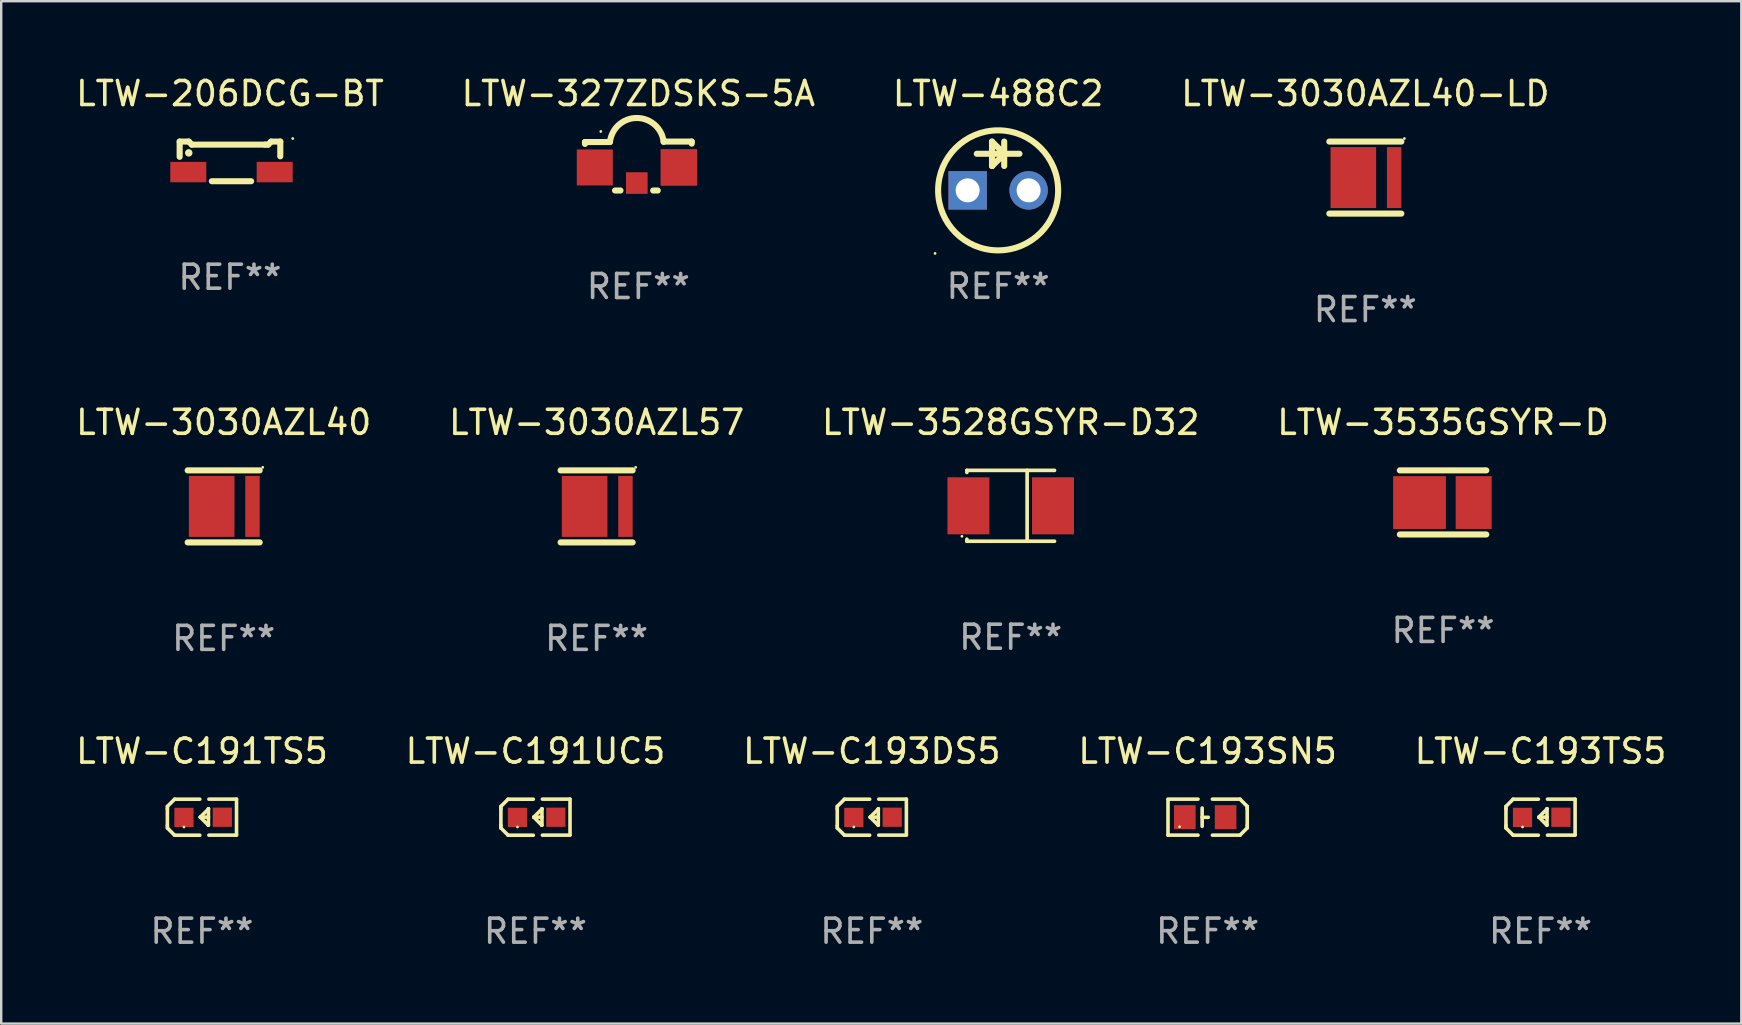
<source format=kicad_pcb>
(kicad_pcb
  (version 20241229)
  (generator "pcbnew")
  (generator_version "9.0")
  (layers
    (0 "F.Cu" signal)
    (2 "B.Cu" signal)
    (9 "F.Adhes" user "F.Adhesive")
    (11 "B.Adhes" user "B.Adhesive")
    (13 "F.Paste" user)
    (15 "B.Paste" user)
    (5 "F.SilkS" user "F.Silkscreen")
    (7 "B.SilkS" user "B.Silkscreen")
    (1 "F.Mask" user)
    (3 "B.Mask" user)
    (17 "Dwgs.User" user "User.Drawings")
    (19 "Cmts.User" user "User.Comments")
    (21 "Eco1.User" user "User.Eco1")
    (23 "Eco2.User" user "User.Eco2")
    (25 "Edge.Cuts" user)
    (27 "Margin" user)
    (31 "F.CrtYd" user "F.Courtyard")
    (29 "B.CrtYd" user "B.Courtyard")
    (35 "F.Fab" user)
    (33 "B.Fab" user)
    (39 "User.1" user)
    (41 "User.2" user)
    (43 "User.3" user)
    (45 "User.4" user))
  (footprint "LTW-3030AZL57"
    (layer "F.Cu")
    (at 21.804 18.045)
    (property "Reference" "LTW-3030AZL57" (at 0 -3.5 0) (layer "F.SilkS") (effects (font (size 1 1) (thickness 0.15))))
    (attr through_hole)
    (fp_line (start -1.5 -1.5) (end 1.5 -1.5) (stroke (width 0.254) (type solid)) (layer "F.SilkS"))
    (fp_line (start -1.5 1.5) (end 1.5 1.5) (stroke (width 0.254) (type solid)) (layer "F.SilkS"))
    (fp_circle (center 1.627 -1.627) (end 1.657 -1.627) (stroke (width 0.06) (type solid)) (fill no) (layer "F.SilkS"))
    (fp_text user "REF**" (at 0 5.5 0) (layer "F.Fab") (effects (font (size 1 1) (thickness 0.15))))
    (pad "1" smd rect (at 1.2 0) (size 0.6 2.54) (layers "F.Cu" "F.Mask" "F.Paste"))
    (pad "2" smd rect (at -0.5 0) (size 1.9 2.54) (layers "F.Cu" "F.Mask" "F.Paste")))
  (footprint "LTW-327ZDSKS-5A"
    (layer "F.Cu")
    (at 23.542 3.867)
    (property "Reference" "LTW-327ZDSKS-5A" (at 0 -3.019 0) (layer "F.SilkS") (effects (font (size 1 1) (thickness 0.15))))
    (attr through_hole)
    (fp_line (start -2.223 -1) (end -2.223 -0.922) (stroke (width 0.254) (type solid)) (layer "F.SilkS"))
    (fp_line (start -1.183 -1) (end -2.223 -1) (stroke (width 0.254) (type solid)) (layer "F.SilkS"))
    (fp_line (start -0.971 1.019) (end -0.745 1.019) (stroke (width 0.254) (type solid)) (layer "F.SilkS"))
    (fp_line (start 0.618 1.019) (end 0.808 1.019) (stroke (width 0.254) (type solid)) (layer "F.SilkS"))
    (fp_line (start 1.051 -1.019) (end 2.223 -1.019) (stroke (width 0.254) (type solid)) (layer "F.SilkS"))
    (fp_line (start 2.223 -1.019) (end 2.223 -0.934) (stroke (width 0.254) (type solid)) (layer "F.SilkS"))
    (fp_arc (start -1.181661 -1.006565) (mid -0.0635 -2.002418) (end 1.054661 -1.006566) (stroke (width 0.254001) (type solid)) (layer "F.SilkS"))
    (fp_circle (center -1.563 -1.441) (end -1.533 -1.441) (stroke (width 0.06) (type solid)) (fill no) (layer "F.SilkS"))
    (fp_text user "REF**" (at 0 5.019 0) (layer "F.Fab") (effects (font (size 1 1) (thickness 0.15))))
    (pad "1" smd rect (at -1.814 0.059 90) (size 1.5 1.5) (layers "F.Cu" "F.Mask" "F.Paste"))
    (pad "2" smd rect (at -0.064 0.709 90) (size 0.9 0.9) (layers "F.Cu" "F.Mask" "F.Paste"))
    (pad "3" smd rect (at 1.687 0.059 90) (size 1.524 1.524) (layers "F.Cu" "F.Mask" "F.Paste")))
  (footprint "LTW-3030AZL40"
    (layer "F.Cu")
    (at 6.268 18.045)
    (property "Reference" "LTW-3030AZL40" (at 0 -3.5 0) (layer "F.SilkS") (effects (font (size 1 1) (thickness 0.15))))
    (attr through_hole)
    (fp_line (start -1.5 -1.5) (end 1.5 -1.5) (stroke (width 0.254) (type solid)) (layer "F.SilkS"))
    (fp_line (start -1.5 1.5) (end 1.5 1.5) (stroke (width 0.254) (type solid)) (layer "F.SilkS"))
    (fp_circle (center 1.627 -1.627) (end 1.657 -1.627) (stroke (width 0.06) (type solid)) (fill no) (layer "F.SilkS"))
    (fp_text user "REF**" (at 0 5.5 0) (layer "F.Fab") (effects (font (size 1 1) (thickness 0.15))))
    (pad "1" smd rect (at 1.2 0) (size 0.6 2.54) (layers "F.Cu" "F.Mask" "F.Paste"))
    (pad "2" smd rect (at -0.5 0) (size 1.9 2.54) (layers "F.Cu" "F.Mask" "F.Paste")))
  (footprint "LTW-488C2"
    (layer "F.Cu")
    (at 38.53 3.864)
    (property "Reference" "LTW-488C2" (at 0 -3.016 0) (layer "F.SilkS") (effects (font (size 1 1) (thickness 0.15))))
    (attr through_hole)
    (fp_line (start -0.889 -0.508) (end 0.888 -0.508) (stroke (width 0.254) (type solid)) (layer "F.SilkS"))
    (fp_line (start -0.255 -1.016) (end -0.255 0) (stroke (width 0.254) (type solid)) (layer "F.SilkS"))
    (fp_line (start -0.255 0) (end -0.248 0) (stroke (width 0.254) (type solid)) (layer "F.SilkS"))
    (fp_line (start -0.248 0) (end 0.26 -0.508) (stroke (width 0.254) (type solid)) (layer "F.SilkS"))
    (fp_line (start 0.246 -0.515) (end -0.255 -1.016) (stroke (width 0.254) (type solid)) (layer "F.SilkS"))
    (fp_line (start 0.246 -0.508) (end 0.246 -0.515) (stroke (width 0.254) (type solid)) (layer "F.SilkS"))
    (fp_line (start 0.253 -1.016) (end 0.253 0) (stroke (width 0.254) (type solid)) (layer "F.SilkS"))
    (fp_circle (center -2.627 3.643) (end -2.597 3.643) (stroke (width 0.06) (type solid)) (fill no) (layer "F.SilkS"))
    (fp_circle (center 0 1.016) (end 2.5 1.016) (stroke (width 0.254) (type solid)) (fill no) (layer "F.SilkS"))
    (fp_text user "REF**" (at 0 5.016 0) (layer "F.Fab") (effects (font (size 1 1) (thickness 0.15))))
    (pad "1" thru_hole rect (at -1.27 1.016) (size 1.6 1.6) (drill 1) (layers "*.Cu" "*.Mask"))
    (pad "2" thru_hole circle (at 1.27 1.016) (size 1.6 1.6) (drill 1) (layers "*.Cu" "*.Mask")))
  (footprint "LTW-C191TS5"
    (layer "F.Cu")
    (at 5.363 30.992)
    (property "Reference" "LTW-C191TS5" (at 0 -2.751 0) (layer "F.SilkS") (effects (font (size 1 1) (thickness 0.15))))
    (attr through_hole)
    (fp_line (start -1.44 -0.449) (end -1.14 -0.749) (stroke (width 0.15) (type solid)) (layer "F.SilkS"))
    (fp_line (start -1.44 -0.349) (end -1.44 -0.449) (stroke (width 0.15) (type solid)) (layer "F.SilkS"))
    (fp_line (start -1.44 -0.349) (end -1.44 0.351) (stroke (width 0.15) (type solid)) (layer "F.SilkS"))
    (fp_line (start -1.44 0.351) (end -1.44 0.451) (stroke (width 0.15) (type solid)) (layer "F.SilkS"))
    (fp_line (start -1.44 0.451) (end -1.14 0.751) (stroke (width 0.15) (type solid)) (layer "F.SilkS"))
    (fp_line (start -0.09 -0.749) (end -1.14 -0.749) (stroke (width 0.15) (type solid)) (layer "F.SilkS"))
    (fp_line (start -0.09 0.751) (end -1.14 0.751) (stroke (width 0.15) (type solid)) (layer "F.SilkS"))
    (fp_line (start 0.26 0.329) (end -0.07 -0.001) (stroke (width 0.15) (type solid)) (layer "F.SilkS"))
    (fp_line (start 0.27 -0.351) (end 0.27 -0.341) (stroke (width 0.15) (type solid)) (layer "F.SilkS"))
    (fp_line (start 0.27 -0.351) (end 0.27 0.329) (stroke (width 0.15) (type solid)) (layer "F.SilkS"))
    (fp_line (start 0.27 -0.341) (end -0.07 -0.001) (stroke (width 0.15) (type solid)) (layer "F.SilkS"))
    (fp_line (start 0.27 -0.001) (end -0.07 -0.001) (stroke (width 0.15) (type solid)) (layer "F.SilkS"))
    (fp_line (start 0.27 0.329) (end 0.26 0.329) (stroke (width 0.15) (type solid)) (layer "F.SilkS"))
    (fp_line (start 0.29 -0.751) (end 1.44 -0.751) (stroke (width 0.15) (type solid)) (layer "F.SilkS"))
    (fp_line (start 0.29 0.749) (end 1.44 0.749) (stroke (width 0.15) (type solid)) (layer "F.SilkS"))
    (fp_line (start 1.44 -0.751) (end 1.44 0.729) (stroke (width 0.15) (type solid)) (layer "F.SilkS"))
    (fp_circle (center -0.75 0.409) (end -0.72 0.409) (stroke (width 0.06) (type solid)) (fill no) (layer "F.SilkS"))
    (fp_text user "REF**" (at 0 4.751 0) (layer "F.Fab") (effects (font (size 1 1) (thickness 0.15))))
    (pad "1" smd rect (at -0.75 0.009 90) (size 0.8 0.8) (layers "F.Cu" "F.Mask" "F.Paste"))
    (pad "2" smd rect (at 0.849 0.002 90) (size 0.8 0.8) (layers "F.Cu" "F.Mask" "F.Paste")))
  (footprint "LTW-C191UC5"
    (layer "F.Cu")
    (at 19.256 30.992)
    (property "Reference" "LTW-C191UC5" (at 0 -2.751 0) (layer "F.SilkS") (effects (font (size 1 1) (thickness 0.15))))
    (attr through_hole)
    (fp_line (start -1.44 -0.449) (end -1.14 -0.749) (stroke (width 0.15) (type solid)) (layer "F.SilkS"))
    (fp_line (start -1.44 -0.349) (end -1.44 -0.449) (stroke (width 0.15) (type solid)) (layer "F.SilkS"))
    (fp_line (start -1.44 -0.349) (end -1.44 0.351) (stroke (width 0.15) (type solid)) (layer "F.SilkS"))
    (fp_line (start -1.44 0.351) (end -1.44 0.451) (stroke (width 0.15) (type solid)) (layer "F.SilkS"))
    (fp_line (start -1.44 0.451) (end -1.14 0.751) (stroke (width 0.15) (type solid)) (layer "F.SilkS"))
    (fp_line (start -0.09 -0.749) (end -1.14 -0.749) (stroke (width 0.15) (type solid)) (layer "F.SilkS"))
    (fp_line (start -0.09 0.751) (end -1.14 0.751) (stroke (width 0.15) (type solid)) (layer "F.SilkS"))
    (fp_line (start 0.26 0.329) (end -0.07 -0.001) (stroke (width 0.15) (type solid)) (layer "F.SilkS"))
    (fp_line (start 0.27 -0.351) (end 0.27 -0.341) (stroke (width 0.15) (type solid)) (layer "F.SilkS"))
    (fp_line (start 0.27 -0.351) (end 0.27 0.329) (stroke (width 0.15) (type solid)) (layer "F.SilkS"))
    (fp_line (start 0.27 -0.341) (end -0.07 -0.001) (stroke (width 0.15) (type solid)) (layer "F.SilkS"))
    (fp_line (start 0.27 -0.001) (end -0.07 -0.001) (stroke (width 0.15) (type solid)) (layer "F.SilkS"))
    (fp_line (start 0.27 0.329) (end 0.26 0.329) (stroke (width 0.15) (type solid)) (layer "F.SilkS"))
    (fp_line (start 0.29 -0.751) (end 1.44 -0.751) (stroke (width 0.15) (type solid)) (layer "F.SilkS"))
    (fp_line (start 0.29 0.749) (end 1.44 0.749) (stroke (width 0.15) (type solid)) (layer "F.SilkS"))
    (fp_line (start 1.44 -0.751) (end 1.44 0.729) (stroke (width 0.15) (type solid)) (layer "F.SilkS"))
    (fp_circle (center -0.75 0.409) (end -0.72 0.409) (stroke (width 0.06) (type solid)) (fill no) (layer "F.SilkS"))
    (fp_text user "REF**" (at 0 4.751 0) (layer "F.Fab") (effects (font (size 1 1) (thickness 0.15))))
    (pad "1" smd rect (at -0.75 0.009 90) (size 0.8 0.8) (layers "F.Cu" "F.Mask" "F.Paste"))
    (pad "2" smd rect (at 0.849 0.002 90) (size 0.8 0.8) (layers "F.Cu" "F.Mask" "F.Paste")))
  (footprint "LTW-206DCG-BT"
    (layer "F.Cu")
    (at 6.53 3.674)
    (property "Reference" "LTW-206DCG-BT" (at 0 -2.826 0) (layer "F.SilkS") (effects (font (size 1 1) (thickness 0.15))))
    (attr through_hole)
    (fp_line (start -2.096 -0.826) (end -1.715 -0.826) (stroke (width 0.254) (type solid)) (layer "F.SilkS"))
    (fp_line (start -2.096 -0.191) (end -2.096 -0.826) (stroke (width 0.254) (type solid)) (layer "F.SilkS"))
    (fp_line (start -1.715 -0.826) (end -1.588 -0.699) (stroke (width 0.254) (type solid)) (layer "F.SilkS"))
    (fp_line (start -1.588 -0.699) (end 1.461 -0.699) (stroke (width 0.254) (type solid)) (layer "F.SilkS"))
    (fp_line (start -0.755 0.826) (end 0.882 0.826) (stroke (width 0.254) (type solid)) (layer "F.SilkS"))
    (fp_line (start 1.461 -0.699) (end 1.588 -0.699) (stroke (width 0.254) (type solid)) (layer "F.SilkS"))
    (fp_line (start 1.588 -0.699) (end 1.715 -0.826) (stroke (width 0.254) (type solid)) (layer "F.SilkS"))
    (fp_line (start 1.715 -0.826) (end 2.096 -0.826) (stroke (width 0.254) (type solid)) (layer "F.SilkS"))
    (fp_line (start 2.096 -0.826) (end 2.096 -0.212) (stroke (width 0.254) (type solid)) (layer "F.SilkS"))
    (fp_circle (center -1.717 -0.355) (end -1.635 -0.355) (stroke (width 0.15) (type solid)) (fill no) (layer "F.SilkS"))
    (fp_circle (center 2.614 -0.953) (end 2.644 -0.953) (stroke (width 0.06) (type solid)) (fill no) (layer "F.SilkS"))
    (fp_text user "REF**" (at 0 4.826 0) (layer "F.Fab") (effects (font (size 1 1) (thickness 0.15))))
    (pad "1" smd rect (at 1.863 0.445) (size 1.5 0.85) (layers "F.Cu" "F.Mask" "F.Paste"))
    (pad "2" smd rect (at -1.736 0.445) (size 1.5 0.85) (layers "F.Cu" "F.Mask" "F.Paste")))
  (footprint "LTW-C193DS5"
    (layer "F.Cu")
    (at 33.268 30.992)
    (property "Reference" "LTW-C193DS5" (at 0 -2.751 0) (layer "F.SilkS") (effects (font (size 1 1) (thickness 0.15))))
    (attr through_hole)
    (fp_line (start -1.44 -0.449) (end -1.14 -0.749) (stroke (width 0.15) (type solid)) (layer "F.SilkS"))
    (fp_line (start -1.44 -0.349) (end -1.44 -0.449) (stroke (width 0.15) (type solid)) (layer "F.SilkS"))
    (fp_line (start -1.44 -0.349) (end -1.44 0.351) (stroke (width 0.15) (type solid)) (layer "F.SilkS"))
    (fp_line (start -1.44 0.351) (end -1.44 0.451) (stroke (width 0.15) (type solid)) (layer "F.SilkS"))
    (fp_line (start -1.44 0.451) (end -1.14 0.751) (stroke (width 0.15) (type solid)) (layer "F.SilkS"))
    (fp_line (start -0.09 -0.749) (end -1.14 -0.749) (stroke (width 0.15) (type solid)) (layer "F.SilkS"))
    (fp_line (start -0.09 0.751) (end -1.14 0.751) (stroke (width 0.15) (type solid)) (layer "F.SilkS"))
    (fp_line (start 0.26 0.329) (end -0.07 -0.001) (stroke (width 0.15) (type solid)) (layer "F.SilkS"))
    (fp_line (start 0.27 -0.351) (end 0.27 -0.341) (stroke (width 0.15) (type solid)) (layer "F.SilkS"))
    (fp_line (start 0.27 -0.351) (end 0.27 0.329) (stroke (width 0.15) (type solid)) (layer "F.SilkS"))
    (fp_line (start 0.27 -0.341) (end -0.07 -0.001) (stroke (width 0.15) (type solid)) (layer "F.SilkS"))
    (fp_line (start 0.27 -0.001) (end -0.07 -0.001) (stroke (width 0.15) (type solid)) (layer "F.SilkS"))
    (fp_line (start 0.27 0.329) (end 0.26 0.329) (stroke (width 0.15) (type solid)) (layer "F.SilkS"))
    (fp_line (start 0.29 -0.751) (end 1.44 -0.751) (stroke (width 0.15) (type solid)) (layer "F.SilkS"))
    (fp_line (start 0.29 0.749) (end 1.44 0.749) (stroke (width 0.15) (type solid)) (layer "F.SilkS"))
    (fp_line (start 1.44 -0.751) (end 1.44 0.729) (stroke (width 0.15) (type solid)) (layer "F.SilkS"))
    (fp_circle (center -0.75 0.409) (end -0.72 0.409) (stroke (width 0.06) (type solid)) (fill no) (layer "F.SilkS"))
    (fp_text user "REF**" (at 0 4.751 0) (layer "F.Fab") (effects (font (size 1 1) (thickness 0.15))))
    (pad "1" smd rect (at -0.75 0.009 90) (size 0.8 0.8) (layers "F.Cu" "F.Mask" "F.Paste"))
    (pad "2" smd rect (at 0.849 0.002 90) (size 0.8 0.8) (layers "F.Cu" "F.Mask" "F.Paste")))
  (footprint "LTW-C193TS5"
    (layer "F.Cu")
    (at 61.125 30.992)
    (property "Reference" "LTW-C193TS5" (at 0 -2.751 0) (layer "F.SilkS") (effects (font (size 1 1) (thickness 0.15))))
    (attr through_hole)
    (fp_line (start -1.44 -0.449) (end -1.14 -0.749) (stroke (width 0.15) (type solid)) (layer "F.SilkS"))
    (fp_line (start -1.44 -0.349) (end -1.44 -0.449) (stroke (width 0.15) (type solid)) (layer "F.SilkS"))
    (fp_line (start -1.44 -0.349) (end -1.44 0.351) (stroke (width 0.15) (type solid)) (layer "F.SilkS"))
    (fp_line (start -1.44 0.351) (end -1.44 0.451) (stroke (width 0.15) (type solid)) (layer "F.SilkS"))
    (fp_line (start -1.44 0.451) (end -1.14 0.751) (stroke (width 0.15) (type solid)) (layer "F.SilkS"))
    (fp_line (start -0.09 -0.749) (end -1.14 -0.749) (stroke (width 0.15) (type solid)) (layer "F.SilkS"))
    (fp_line (start -0.09 0.751) (end -1.14 0.751) (stroke (width 0.15) (type solid)) (layer "F.SilkS"))
    (fp_line (start 0.26 0.329) (end -0.07 -0.001) (stroke (width 0.15) (type solid)) (layer "F.SilkS"))
    (fp_line (start 0.27 -0.351) (end 0.27 -0.341) (stroke (width 0.15) (type solid)) (layer "F.SilkS"))
    (fp_line (start 0.27 -0.351) (end 0.27 0.329) (stroke (width 0.15) (type solid)) (layer "F.SilkS"))
    (fp_line (start 0.27 -0.341) (end -0.07 -0.001) (stroke (width 0.15) (type solid)) (layer "F.SilkS"))
    (fp_line (start 0.27 -0.001) (end -0.07 -0.001) (stroke (width 0.15) (type solid)) (layer "F.SilkS"))
    (fp_line (start 0.27 0.329) (end 0.26 0.329) (stroke (width 0.15) (type solid)) (layer "F.SilkS"))
    (fp_line (start 0.29 -0.751) (end 1.44 -0.751) (stroke (width 0.15) (type solid)) (layer "F.SilkS"))
    (fp_line (start 0.29 0.749) (end 1.44 0.749) (stroke (width 0.15) (type solid)) (layer "F.SilkS"))
    (fp_line (start 1.44 -0.751) (end 1.44 0.729) (stroke (width 0.15) (type solid)) (layer "F.SilkS"))
    (fp_circle (center -0.75 0.409) (end -0.72 0.409) (stroke (width 0.06) (type solid)) (fill no) (layer "F.SilkS"))
    (fp_text user "REF**" (at 0 4.751 0) (layer "F.Fab") (effects (font (size 1 1) (thickness 0.15))))
    (pad "1" smd rect (at -0.75 0.009 90) (size 0.8 0.8) (layers "F.Cu" "F.Mask" "F.Paste"))
    (pad "2" smd rect (at 0.849 0.002 90) (size 0.8 0.8) (layers "F.Cu" "F.Mask" "F.Paste")))
  (footprint "LTW-3030AZL40-LD"
    (layer "F.Cu")
    (at 53.827 4.348)
    (property "Reference" "LTW-3030AZL40-LD" (at 0 -3.5 0) (layer "F.SilkS") (effects (font (size 1 1) (thickness 0.15))))
    (attr through_hole)
    (fp_line (start -1.5 -1.5) (end 1.5 -1.5) (stroke (width 0.254) (type solid)) (layer "F.SilkS"))
    (fp_line (start -1.5 1.5) (end 1.5 1.5) (stroke (width 0.254) (type solid)) (layer "F.SilkS"))
    (fp_circle (center 1.627 -1.627) (end 1.657 -1.627) (stroke (width 0.06) (type solid)) (fill no) (layer "F.SilkS"))
    (fp_text user "REF**" (at 0 5.5 0) (layer "F.Fab") (effects (font (size 1 1) (thickness 0.15))))
    (pad "1" smd rect (at 1.2 0) (size 0.6 2.54) (layers "F.Cu" "F.Mask" "F.Paste"))
    (pad "2" smd rect (at -0.5 0) (size 1.9 2.54) (layers "F.Cu" "F.Mask" "F.Paste")))
  (footprint "LTW-3535GSYR-D"
    (layer "F.Cu")
    (at 57.065 17.88)
    (property "Reference" "LTW-3535GSYR-D" (at 0 -3.335 0) (layer "F.SilkS") (effects (font (size 1 1) (thickness 0.15))))
    (attr through_hole)
    (fp_line (start -1.8 -1.335) (end 1.8 -1.335) (stroke (width 0.254) (type solid)) (layer "F.SilkS"))
    (fp_line (start 1.8 1.335) (end -1.8 1.335) (stroke (width 0.254) (type solid)) (layer "F.SilkS"))
    (fp_circle (center 1.75 -1.395) (end 1.78 -1.395) (stroke (width 0.06) (type solid)) (fill no) (layer "F.SilkS"))
    (fp_text user "REF**" (at 0 5.335 0) (layer "F.Fab") (effects (font (size 1 1) (thickness 0.15))))
    (pad "1" smd rect (at 1.275 0.005) (size 1.5 2.2) (layers "F.Cu" "F.Mask" "F.Paste"))
    (pad "2" smd rect (at -0.981 0.005) (size 2.2 2.2) (layers "F.Cu" "F.Mask" "F.Paste")))
  (footprint "LTW-C193SN5"
    (layer "F.Cu")
    (at 47.256 30.991)
    (property "Reference" "LTW-C193SN5" (at 0 -2.75 0) (layer "F.SilkS") (effects (font (size 1 1) (thickness 0.15))))
    (attr through_hole)
    (fp_line (start -1.65 0.75) (end -1.65 -0.73) (stroke (width 0.15) (type solid)) (layer "F.SilkS"))
    (fp_line (start -0.4 -0.75) (end -1.65 -0.75) (stroke (width 0.15) (type solid)) (layer "F.SilkS"))
    (fp_line (start -0.4 0.75) (end -1.65 0.75) (stroke (width 0.15) (type solid)) (layer "F.SilkS"))
    (fp_line (start -0.227 -0.381) (end -0.227 0.381) (stroke (width 0.15) (type solid)) (layer "F.SilkS"))
    (fp_line (start -0.227 0.006) (end 0.027 0.006) (stroke (width 0.15) (type solid)) (layer "F.SilkS"))
    (fp_line (start 0.2 -0.75) (end 1.35 -0.75) (stroke (width 0.15) (type solid)) (layer "F.SilkS"))
    (fp_line (start 0.2 0.75) (end 1.35 0.75) (stroke (width 0.15) (type solid)) (layer "F.SilkS"))
    (fp_line (start 1.65 -0.45) (end 1.35 -0.75) (stroke (width 0.15) (type solid)) (layer "F.SilkS"))
    (fp_line (start 1.65 -0.35) (end 1.65 -0.45) (stroke (width 0.15) (type solid)) (layer "F.SilkS"))
    (fp_line (start 1.65 0.35) (end 1.65 -0.35) (stroke (width 0.15) (type solid)) (layer "F.SilkS"))
    (fp_line (start 1.65 0.35) (end 1.65 0.45) (stroke (width 0.15) (type solid)) (layer "F.SilkS"))
    (fp_line (start 1.65 0.45) (end 1.35 0.75) (stroke (width 0.15) (type solid)) (layer "F.SilkS"))
    (fp_circle (center -1.165 0.4) (end -1.135 0.4) (stroke (width 0.06) (type solid)) (fill no) (layer "F.SilkS"))
    (fp_text user "REF**" (at 0 4.75 0) (layer "F.Fab") (effects (font (size 1 1) (thickness 0.15))))
    (pad "1" smd rect (at -0.95 0.000025 270) (size 1 0.9) (layers "F.Cu" "F.Mask" "F.Paste"))
    (pad "2" smd rect (at 0.75 0.000025 270) (size 1 0.9) (layers "F.Cu" "F.Mask" "F.Paste")))
  (footprint "LTW-3528GSYR-D32"
    (layer "F.Cu")
    (at 39.054 18.021)
    (property "Reference" "LTW-3528GSYR-D32" (at 0 -3.476 0) (layer "F.SilkS") (effects (font (size 1 1) (thickness 0.15))))
    (attr through_hole)
    (fp_line (start -1.826 -1.476) (end -1.826 -1.391) (stroke (width 0.152) (type solid)) (layer "F.SilkS"))
    (fp_line (start -1.826 1.476) (end -1.826 1.391) (stroke (width 0.152) (type solid)) (layer "F.SilkS"))
    (fp_line (start 0.684 1.476) (end 0.684 -1.476) (stroke (width 0.152) (type solid)) (layer "F.SilkS"))
    (fp_line (start 1.826 -1.476) (end -1.826 -1.476) (stroke (width 0.152) (type solid)) (layer "F.SilkS"))
    (fp_line (start 1.826 1.476) (end -1.826 1.476) (stroke (width 0.152) (type solid)) (layer "F.SilkS"))
    (fp_circle (center -2.032 1.27) (end -2.002 1.27) (stroke (width 0.06) (type solid)) (fill no) (layer "F.SilkS"))
    (fp_text user "REF**" (at 0 5.476 0) (layer "F.Fab") (effects (font (size 1 1) (thickness 0.15))))
    (pad "1" smd rect (at -1.761 0) (size 1.747 2.376) (layers "F.Cu" "F.Mask" "F.Paste"))
    (pad "2" smd rect (at 1.761 0) (size 1.747 2.376) (layers "F.Cu" "F.Mask" "F.Paste")))
  (gr_rect
    (start -3 -3)
    (end 69.488 39.592)
    (stroke (width 0.1) (type default))
    (fill no)
    (layer "Edge.Cuts")))
</source>
